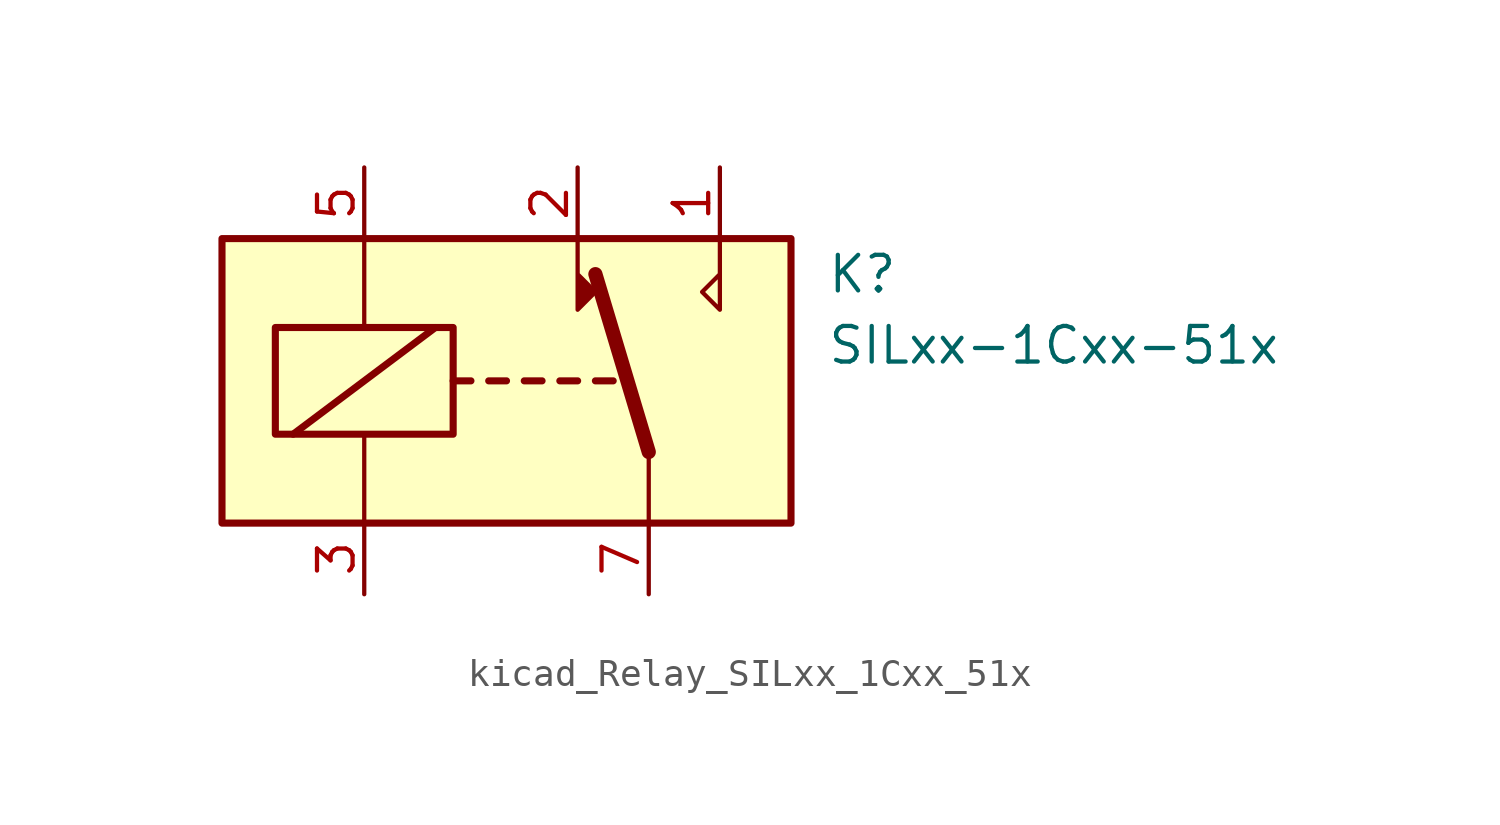
<source format=kicad_sym>
(kicad_symbol_lib
  (version 20220914)
  (generator kicad_symbol_editor)
  (symbol "kicad_Relay_SILxx_1Cxx_51x"
    (property "Reference" "K"
      (at 11.43 3.81 0)
      (effects (font (size 1.27 1.27)) (justify left)))
    (property "Value" "SILxx-1Cxx-51x"
      (at 11.43 1.27 0)
      (effects (font (size 1.27 1.27)) (justify left)))
    (symbol "kicad_Relay_SILxx_1Cxx_51x_0_0"
      (polyline (pts (xy 7.62 5.08) (xy 7.62 2.54) (xy 6.985 3.175) (xy 7.62 3.81)) (stroke (width 0) (type default)) (fill (type none))))
    (symbol "kicad_Relay_SILxx_1Cxx_51x_0_1"
      (rectangle (start -10.16 5.08) (end 10.16 -5.08) (stroke (width 0.254) (type default)) (fill (type background)))
      (rectangle (start -8.255 1.905) (end -1.905 -1.905) (stroke (width 0.254) (type default)) (fill (type none)))
      (polyline (pts (xy -7.62 -1.905) (xy -2.54 1.905)) (stroke (width 0.254) (type default)) (fill (type none)))
      (polyline (pts (xy -5.08 -5.08) (xy -5.08 -1.905)) (stroke (width 0) (type default)) (fill (type none)))
      (polyline (pts (xy -5.08 5.08) (xy -5.08 1.905)) (stroke (width 0) (type default)) (fill (type none)))
      (polyline (pts (xy -1.905 0) (xy -1.27 0)) (stroke (width 0.254) (type default)) (fill (type none)))
      (polyline (pts (xy -0.635 0) (xy 0 0)) (stroke (width 0.254) (type default)) (fill (type none)))
      (polyline (pts (xy 0.635 0) (xy 1.27 0)) (stroke (width 0.254) (type default)) (fill (type none)))
      (polyline (pts (xy 1.905 0) (xy 2.54 0)) (stroke (width 0.254) (type default)) (fill (type none)))
      (polyline (pts (xy 3.175 0) (xy 3.81 0)) (stroke (width 0.254) (type default)) (fill (type none)))
      (polyline (pts (xy 5.08 -2.54) (xy 3.175 3.81)) (stroke (width 0.508) (type default)) (fill (type none)))
      (polyline (pts (xy 5.08 -2.54) (xy 5.08 -5.08)) (stroke (width 0) (type default)) (fill (type none)))
      (polyline (pts (xy 2.54 5.08) (xy 2.54 2.54) (xy 3.175 3.175) (xy 2.54 3.81)) (stroke (width 0) (type default)) (fill (type outline))))
    (symbol "kicad_Relay_SILxx_1Cxx_51x_1_1"
      (pin passive line (at 7.62 7.62 270) (length 2.54) (name "~" (effects (font (size 1.27 1.27)))) (number "1" (effects (font (size 1.27 1.27)))))
      (pin passive line (at 2.54 7.62 270) (length 2.54) (name "~" (effects (font (size 1.27 1.27)))) (number "2" (effects (font (size 1.27 1.27)))))
      (pin passive line (at -5.08 -7.62 90) (length 2.54) (name "~" (effects (font (size 1.27 1.27)))) (number "3" (effects (font (size 1.27 1.27)))))
      (pin passive line (at -5.08 7.62 270) (length 2.54) (name "~" (effects (font (size 1.27 1.27)))) (number "5" (effects (font (size 1.27 1.27)))))
      (pin passive line (at 5.08 -7.62 90) (length 2.54) (name "~" (effects (font (size 1.27 1.27)))) (number "7" (effects (font (size 1.27 1.27))))))))
</source>
